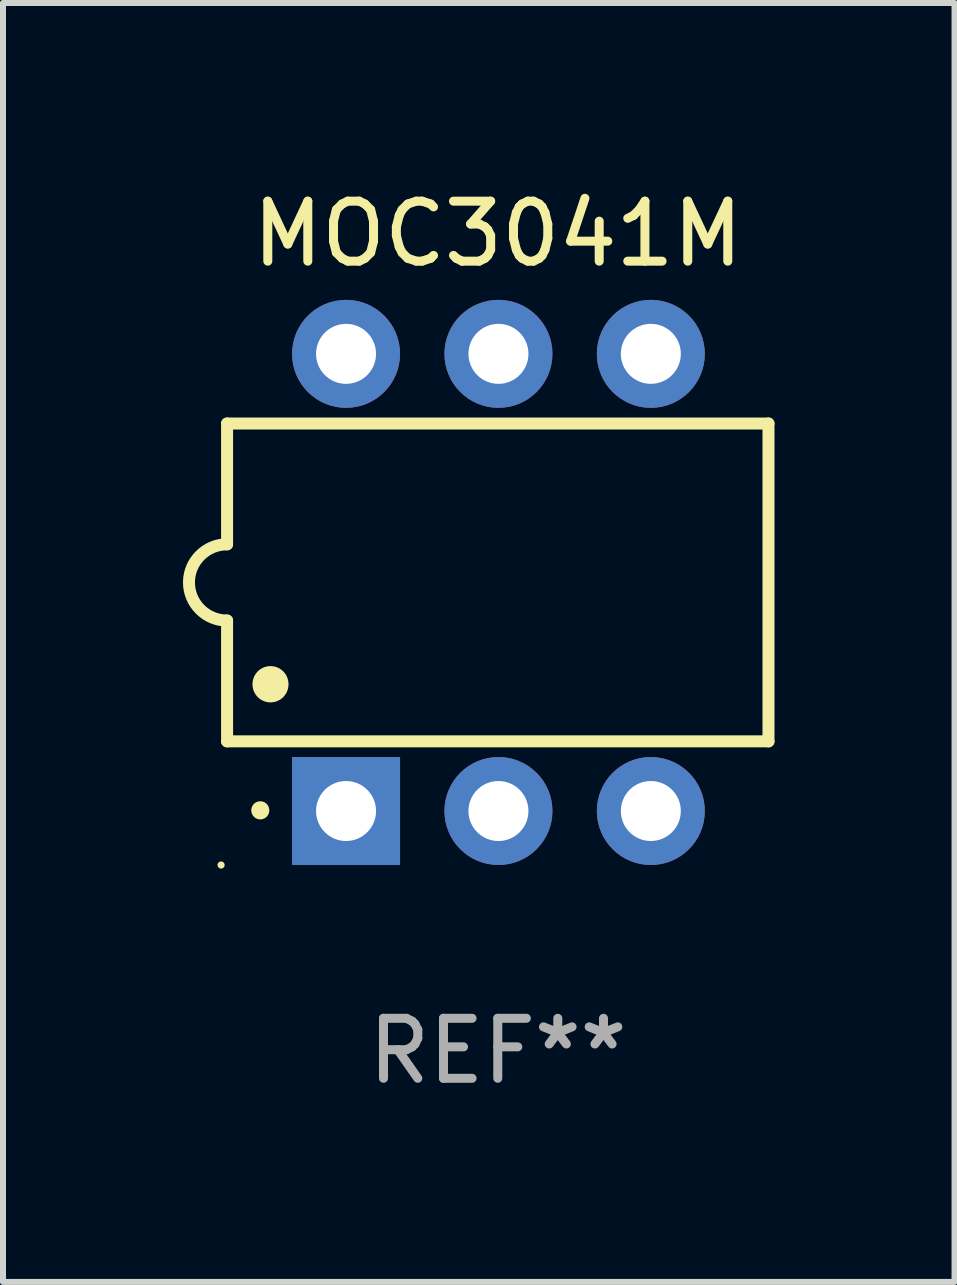
<source format=kicad_pcb>
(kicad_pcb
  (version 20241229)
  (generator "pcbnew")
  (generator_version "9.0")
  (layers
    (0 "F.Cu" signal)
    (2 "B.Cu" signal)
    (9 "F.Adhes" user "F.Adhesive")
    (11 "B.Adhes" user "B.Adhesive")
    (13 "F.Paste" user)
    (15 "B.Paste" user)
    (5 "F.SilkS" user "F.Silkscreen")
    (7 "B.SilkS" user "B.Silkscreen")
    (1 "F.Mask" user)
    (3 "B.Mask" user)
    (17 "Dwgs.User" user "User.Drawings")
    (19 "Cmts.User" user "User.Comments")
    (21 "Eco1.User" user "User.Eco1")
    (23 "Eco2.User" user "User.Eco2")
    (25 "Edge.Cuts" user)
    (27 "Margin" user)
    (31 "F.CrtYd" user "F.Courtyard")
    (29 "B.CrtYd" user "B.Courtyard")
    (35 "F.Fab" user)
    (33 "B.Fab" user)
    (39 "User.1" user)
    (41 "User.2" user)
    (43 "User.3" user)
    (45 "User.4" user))
  (footprint "MOC3041M"
    (layer "F.Cu")
    (at 5.247 6.658)
    (property "Reference" "MOC3041M" (at 0 -5.81 0) (layer "F.SilkS") (effects (font (size 1 1) (thickness 0.15))))
    (attr through_hole)
    (fp_line (start -4.512 -2.649) (end 4.512 -2.649) (stroke (width 0.2) (type solid)) (layer "F.SilkS"))
    (fp_line (start -4.512 -0.635) (end -4.512 -2.649) (stroke (width 0.2) (type solid)) (layer "F.SilkS"))
    (fp_line (start -4.512 2.649) (end -4.512 0.635) (stroke (width 0.2) (type solid)) (layer "F.SilkS"))
    (fp_line (start 4.512 -2.649) (end 4.512 2.649) (stroke (width 0.2) (type solid)) (layer "F.SilkS"))
    (fp_line (start 4.512 2.649) (end -4.512 2.649) (stroke (width 0.2) (type solid)) (layer "F.SilkS"))
    (fp_arc (start -4.512319 0.635001) (mid -5.14732 0) (end -4.512319 -0.635001) (stroke (width 0.2) (type solid)) (layer "F.SilkS"))
    (fp_arc (start -3.958598 3.799848) (mid -3.958603 3.798578) (end -3.958598 3.797308) (stroke (width 0.3) (type solid)) (layer "F.SilkS"))
    (fp_arc (start -3.788418 1.699263) (mid -3.788429 1.696723) (end -3.788418 1.694183) (stroke (width 0.6) (type solid)) (layer "F.SilkS"))
    (fp_circle (center -4.612 4.71) (end -4.582 4.71) (stroke (width 0.06) (type solid)) (fill no) (layer "F.SilkS"))
    (fp_text user "REF**" (at 0 7.81 0) (layer "F.Fab") (effects (font (size 1 1) (thickness 0.15))))
    (pad "1" thru_hole rect (at -2.529 3.81 90) (size 1.8 1.8) (drill 1) (layers "*.Cu" "*.Mask"))
    (pad "2" thru_hole circle (at 0.011 3.81) (size 1.8 1.8) (drill 1) (layers "*.Cu" "*.Mask"))
    (pad "3" thru_hole circle (at 2.551 3.81) (size 1.8 1.8) (drill 1) (layers "*.Cu" "*.Mask"))
    (pad "4" thru_hole circle (at 2.551 -3.81) (size 1.8 1.8) (drill 1) (layers "*.Cu" "*.Mask"))
    (pad "5" thru_hole circle (at 0.011 -3.81) (size 1.8 1.8) (drill 1) (layers "*.Cu" "*.Mask"))
    (pad "6" thru_hole circle (at -2.529 -3.81) (size 1.8 1.8) (drill 1) (layers "*.Cu" "*.Mask")))
  (gr_rect
    (start -3 -3)
    (end 12.86 18.317)
    (stroke (width 0.1) (type default))
    (fill no)
    (layer "Edge.Cuts")))
</source>
